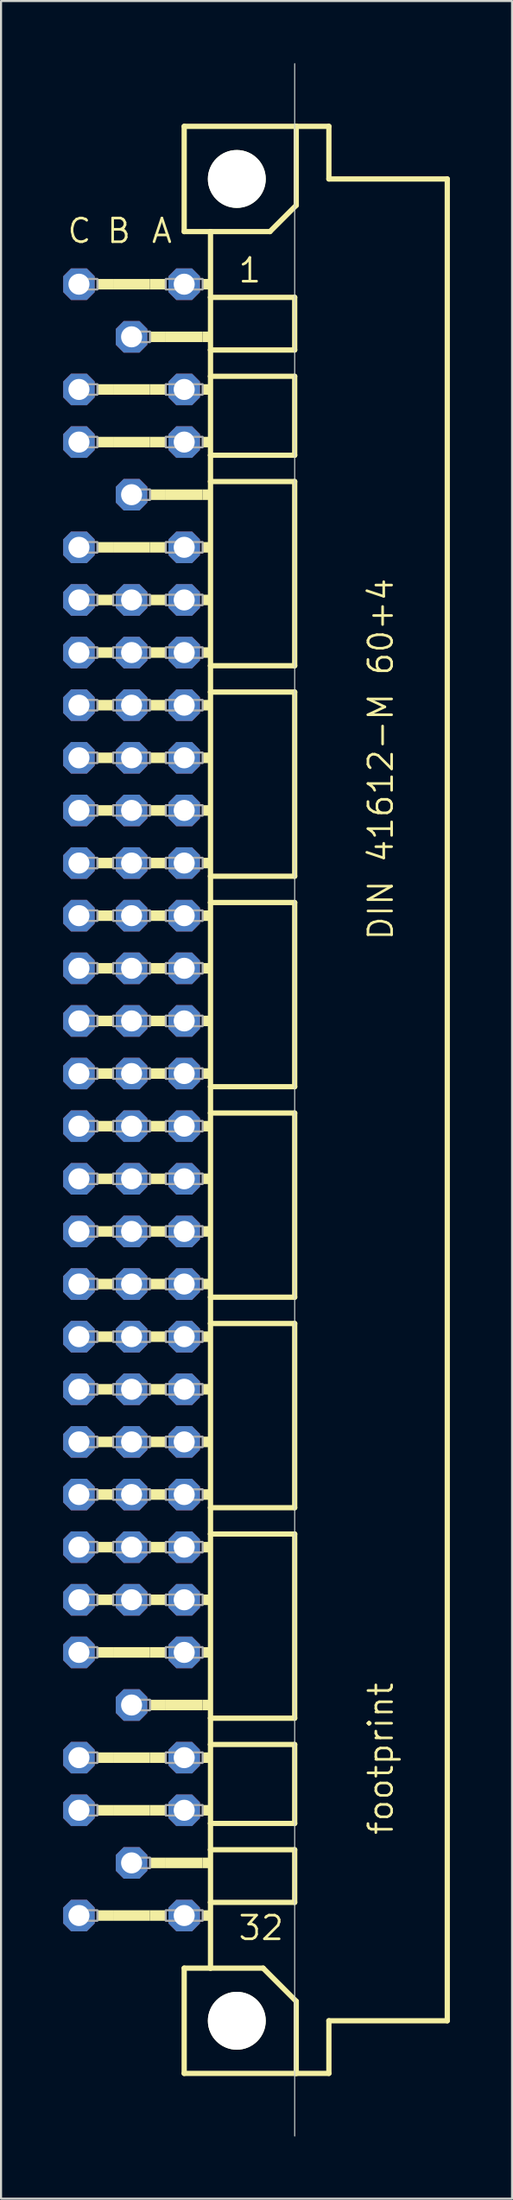
<source format=kicad_pcb>
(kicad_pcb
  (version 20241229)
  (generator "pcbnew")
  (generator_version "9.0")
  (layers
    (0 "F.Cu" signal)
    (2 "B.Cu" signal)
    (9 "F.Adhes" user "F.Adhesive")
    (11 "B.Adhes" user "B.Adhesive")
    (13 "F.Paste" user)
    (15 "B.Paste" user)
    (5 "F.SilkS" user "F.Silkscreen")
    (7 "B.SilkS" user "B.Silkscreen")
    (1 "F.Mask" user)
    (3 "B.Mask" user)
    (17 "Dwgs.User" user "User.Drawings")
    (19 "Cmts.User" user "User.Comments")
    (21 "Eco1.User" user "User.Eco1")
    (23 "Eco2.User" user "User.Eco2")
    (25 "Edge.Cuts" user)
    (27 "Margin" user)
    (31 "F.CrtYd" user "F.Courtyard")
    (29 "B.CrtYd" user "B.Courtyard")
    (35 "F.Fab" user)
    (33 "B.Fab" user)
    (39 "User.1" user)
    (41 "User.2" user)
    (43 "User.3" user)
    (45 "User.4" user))
  (footprint "footprint"
    (layer "F.Cu")
    (at 8.382 50.038)
    (property "Reference" "footprint" (at 7.62 35.56 90) (layer "F.SilkS") (effects (font (size 1.143 1.143) (thickness 0.127)) (justify left bottom)))
    (fp_line (start -2.54 -46.99) (end -2.54 -41.91) (stroke (width 0.254) (type solid)) (layer "F.SilkS"))
    (fp_line (start -2.54 -41.91) (end -1.27 -41.91) (stroke (width 0.254) (type solid)) (layer "F.SilkS"))
    (fp_line (start -2.54 41.91) (end -2.54 46.99) (stroke (width 0.254) (type solid)) (layer "F.SilkS"))
    (fp_line (start -2.54 41.91) (end -1.27 41.91) (stroke (width 0.254) (type solid)) (layer "F.SilkS"))
    (fp_line (start -2.54 46.99) (end 2.87 46.99) (stroke (width 0.254) (type solid)) (layer "F.SilkS"))
    (fp_line (start -1.27 -41.91) (end -1.27 -38.735) (stroke (width 0.254) (type solid)) (layer "F.SilkS"))
    (fp_line (start -1.27 -41.91) (end 1.6 -41.91) (stroke (width 0.254) (type solid)) (layer "F.SilkS"))
    (fp_line (start -1.27 -38.735) (end -1.27 -36.195) (stroke (width 0.254) (type solid)) (layer "F.SilkS"))
    (fp_line (start -1.27 -36.195) (end -1.27 -34.925) (stroke (width 0.254) (type solid)) (layer "F.SilkS"))
    (fp_line (start -1.27 -34.925) (end -1.27 -31.115) (stroke (width 0.254) (type solid)) (layer "F.SilkS"))
    (fp_line (start -1.27 -31.115) (end -1.27 -29.845) (stroke (width 0.254) (type solid)) (layer "F.SilkS"))
    (fp_line (start -1.27 -29.845) (end -1.27 -20.955) (stroke (width 0.254) (type solid)) (layer "F.SilkS"))
    (fp_line (start -1.27 -20.955) (end -1.27 -19.685) (stroke (width 0.254) (type solid)) (layer "F.SilkS"))
    (fp_line (start -1.27 -19.685) (end -1.27 -10.795) (stroke (width 0.254) (type solid)) (layer "F.SilkS"))
    (fp_line (start -1.27 -10.795) (end -1.27 -9.525) (stroke (width 0.254) (type solid)) (layer "F.SilkS"))
    (fp_line (start -1.27 -9.525) (end -1.27 -0.635) (stroke (width 0.254) (type solid)) (layer "F.SilkS"))
    (fp_line (start -1.27 -0.635) (end -1.27 0.635) (stroke (width 0.254) (type solid)) (layer "F.SilkS"))
    (fp_line (start -1.27 0.635) (end -1.27 9.525) (stroke (width 0.254) (type solid)) (layer "F.SilkS"))
    (fp_line (start -1.27 9.525) (end -1.27 10.795) (stroke (width 0.254) (type solid)) (layer "F.SilkS"))
    (fp_line (start -1.27 10.795) (end -1.27 19.685) (stroke (width 0.254) (type solid)) (layer "F.SilkS"))
    (fp_line (start -1.27 19.685) (end -1.27 20.955) (stroke (width 0.254) (type solid)) (layer "F.SilkS"))
    (fp_line (start -1.27 20.955) (end -1.27 29.845) (stroke (width 0.254) (type solid)) (layer "F.SilkS"))
    (fp_line (start -1.27 29.845) (end -1.27 31.115) (stroke (width 0.254) (type solid)) (layer "F.SilkS"))
    (fp_line (start -1.27 31.115) (end -1.27 34.925) (stroke (width 0.254) (type solid)) (layer "F.SilkS"))
    (fp_line (start -1.27 34.925) (end -1.27 36.195) (stroke (width 0.254) (type solid)) (layer "F.SilkS"))
    (fp_line (start -1.27 36.195) (end -1.27 38.735) (stroke (width 0.254) (type solid)) (layer "F.SilkS"))
    (fp_line (start -1.27 38.735) (end -1.27 41.91) (stroke (width 0.254) (type solid)) (layer "F.SilkS"))
    (fp_line (start -1.27 41.91) (end 1.27 41.91) (stroke (width 0.254) (type solid)) (layer "F.SilkS"))
    (fp_line (start 1.6 -41.91) (end 2.87 -43.18) (stroke (width 0.254) (type solid)) (layer "F.SilkS"))
    (fp_line (start 2.794 -38.735) (end -1.27 -38.735) (stroke (width 0.254) (type solid)) (layer "F.SilkS"))
    (fp_line (start 2.794 -38.735) (end 2.794 -36.195) (stroke (width 0.254) (type solid)) (layer "F.SilkS"))
    (fp_line (start 2.794 -36.195) (end -1.27 -36.195) (stroke (width 0.254) (type solid)) (layer "F.SilkS"))
    (fp_line (start 2.794 -34.925) (end -1.27 -34.925) (stroke (width 0.254) (type solid)) (layer "F.SilkS"))
    (fp_line (start 2.794 -34.925) (end 2.794 -31.115) (stroke (width 0.254) (type solid)) (layer "F.SilkS"))
    (fp_line (start 2.794 -31.115) (end -1.27 -31.115) (stroke (width 0.254) (type solid)) (layer "F.SilkS"))
    (fp_line (start 2.794 -29.845) (end -1.27 -29.845) (stroke (width 0.254) (type solid)) (layer "F.SilkS"))
    (fp_line (start 2.794 -29.845) (end 2.794 -20.955) (stroke (width 0.254) (type solid)) (layer "F.SilkS"))
    (fp_line (start 2.794 -20.955) (end -1.27 -20.955) (stroke (width 0.254) (type solid)) (layer "F.SilkS"))
    (fp_line (start 2.794 -19.685) (end -1.27 -19.685) (stroke (width 0.254) (type solid)) (layer "F.SilkS"))
    (fp_line (start 2.794 -19.685) (end 2.794 -10.795) (stroke (width 0.254) (type solid)) (layer "F.SilkS"))
    (fp_line (start 2.794 -10.795) (end -1.27 -10.795) (stroke (width 0.254) (type solid)) (layer "F.SilkS"))
    (fp_line (start 2.794 -9.525) (end -1.27 -9.525) (stroke (width 0.254) (type solid)) (layer "F.SilkS"))
    (fp_line (start 2.794 -9.525) (end 2.794 -0.635) (stroke (width 0.254) (type solid)) (layer "F.SilkS"))
    (fp_line (start 2.794 -0.635) (end -1.27 -0.635) (stroke (width 0.254) (type solid)) (layer "F.SilkS"))
    (fp_line (start 2.794 0.635) (end -1.27 0.635) (stroke (width 0.254) (type solid)) (layer "F.SilkS"))
    (fp_line (start 2.794 0.635) (end 2.794 9.525) (stroke (width 0.254) (type solid)) (layer "F.SilkS"))
    (fp_line (start 2.794 9.525) (end -1.27 9.525) (stroke (width 0.254) (type solid)) (layer "F.SilkS"))
    (fp_line (start 2.794 10.795) (end -1.27 10.795) (stroke (width 0.254) (type solid)) (layer "F.SilkS"))
    (fp_line (start 2.794 10.795) (end 2.794 19.685) (stroke (width 0.254) (type solid)) (layer "F.SilkS"))
    (fp_line (start 2.794 19.685) (end -1.27 19.685) (stroke (width 0.254) (type solid)) (layer "F.SilkS"))
    (fp_line (start 2.794 20.955) (end -1.27 20.955) (stroke (width 0.254) (type solid)) (layer "F.SilkS"))
    (fp_line (start 2.794 20.955) (end 2.794 29.845) (stroke (width 0.254) (type solid)) (layer "F.SilkS"))
    (fp_line (start 2.794 29.845) (end -1.27 29.845) (stroke (width 0.254) (type solid)) (layer "F.SilkS"))
    (fp_line (start 2.794 31.115) (end -1.27 31.115) (stroke (width 0.254) (type solid)) (layer "F.SilkS"))
    (fp_line (start 2.794 31.115) (end 2.794 34.925) (stroke (width 0.254) (type solid)) (layer "F.SilkS"))
    (fp_line (start 2.794 34.925) (end -1.27 34.925) (stroke (width 0.254) (type solid)) (layer "F.SilkS"))
    (fp_line (start 2.794 36.195) (end -1.27 36.195) (stroke (width 0.254) (type solid)) (layer "F.SilkS"))
    (fp_line (start 2.794 36.195) (end 2.794 38.735) (stroke (width 0.254) (type solid)) (layer "F.SilkS"))
    (fp_line (start 2.794 38.735) (end -1.27 38.735) (stroke (width 0.254) (type solid)) (layer "F.SilkS"))
    (fp_line (start 2.87 -46.99) (end -2.54 -46.99) (stroke (width 0.254) (type solid)) (layer "F.SilkS"))
    (fp_line (start 2.87 -43.18) (end 2.87 -46.99) (stroke (width 0.254) (type solid)) (layer "F.SilkS"))
    (fp_line (start 2.87 43.51) (end 1.27 41.91) (stroke (width 0.254) (type solid)) (layer "F.SilkS"))
    (fp_line (start 2.87 43.51) (end 2.87 46.99) (stroke (width 0.254) (type solid)) (layer "F.SilkS"))
    (fp_line (start 2.87 46.99) (end 4.445 46.99) (stroke (width 0.254) (type solid)) (layer "F.SilkS"))
    (fp_line (start 4.445 -46.99) (end 2.87 -46.99) (stroke (width 0.254) (type solid)) (layer "F.SilkS"))
    (fp_line (start 4.445 -44.45) (end 4.445 -46.99) (stroke (width 0.254) (type solid)) (layer "F.SilkS"))
    (fp_line (start 4.445 44.45) (end 10.16 44.45) (stroke (width 0.254) (type solid)) (layer "F.SilkS"))
    (fp_line (start 4.445 46.99) (end 4.445 44.45) (stroke (width 0.254) (type solid)) (layer "F.SilkS"))
    (fp_line (start 10.16 -44.45) (end 4.445 -44.45) (stroke (width 0.254) (type solid)) (layer "F.SilkS"))
    (fp_line (start 10.16 44.45) (end 10.16 -44.45) (stroke (width 0.254) (type solid)) (layer "F.SilkS"))
    (fp_circle (center 0 -44.45) (end 1.27 -44.45) (stroke (width 0.254) (type solid)) (fill no) (layer "F.SilkS"))
    (fp_circle (center 0 44.45) (end 1.27 44.45) (stroke (width 0.254) (type solid)) (fill no) (layer "F.SilkS"))
    (fp_poly (pts (xy -6.731 -39.116) (xy -5.969 -39.116) (xy -5.969 -39.624) (xy -6.731 -39.624)) (stroke (width 0) (type solid)) (fill yes) (layer "F.SilkS"))
    (fp_poly (pts (xy -6.731 -34.036) (xy -5.969 -34.036) (xy -5.969 -34.544) (xy -6.731 -34.544)) (stroke (width 0) (type solid)) (fill yes) (layer "F.SilkS"))
    (fp_poly (pts (xy -6.731 -31.496) (xy -5.969 -31.496) (xy -5.969 -32.004) (xy -6.731 -32.004)) (stroke (width 0) (type solid)) (fill yes) (layer "F.SilkS"))
    (fp_poly (pts (xy -6.731 -26.416) (xy -5.969 -26.416) (xy -5.969 -26.924) (xy -6.731 -26.924)) (stroke (width 0) (type solid)) (fill yes) (layer "F.SilkS"))
    (fp_poly (pts (xy -6.731 -23.876) (xy -5.969 -23.876) (xy -5.969 -24.384) (xy -6.731 -24.384)) (stroke (width 0) (type solid)) (fill yes) (layer "F.SilkS"))
    (fp_poly (pts (xy -6.731 -21.336) (xy -5.969 -21.336) (xy -5.969 -21.844) (xy -6.731 -21.844)) (stroke (width 0) (type solid)) (fill yes) (layer "F.SilkS"))
    (fp_poly (pts (xy -6.731 -18.796) (xy -5.969 -18.796) (xy -5.969 -19.304) (xy -6.731 -19.304)) (stroke (width 0) (type solid)) (fill yes) (layer "F.SilkS"))
    (fp_poly (pts (xy -6.731 -16.256) (xy -5.969 -16.256) (xy -5.969 -16.764) (xy -6.731 -16.764)) (stroke (width 0) (type solid)) (fill yes) (layer "F.SilkS"))
    (fp_poly (pts (xy -6.731 -13.716) (xy -5.969 -13.716) (xy -5.969 -14.224) (xy -6.731 -14.224)) (stroke (width 0) (type solid)) (fill yes) (layer "F.SilkS"))
    (fp_poly (pts (xy -6.731 -11.176) (xy -5.969 -11.176) (xy -5.969 -11.684) (xy -6.731 -11.684)) (stroke (width 0) (type solid)) (fill yes) (layer "F.SilkS"))
    (fp_poly (pts (xy -6.731 -8.636) (xy -5.969 -8.636) (xy -5.969 -9.144) (xy -6.731 -9.144)) (stroke (width 0) (type solid)) (fill yes) (layer "F.SilkS"))
    (fp_poly (pts (xy -6.731 -6.096) (xy -5.969 -6.096) (xy -5.969 -6.604) (xy -6.731 -6.604)) (stroke (width 0) (type solid)) (fill yes) (layer "F.SilkS"))
    (fp_poly (pts (xy -6.731 -3.556) (xy -5.969 -3.556) (xy -5.969 -4.064) (xy -6.731 -4.064)) (stroke (width 0) (type solid)) (fill yes) (layer "F.SilkS"))
    (fp_poly (pts (xy -6.731 -1.016) (xy -5.969 -1.016) (xy -5.969 -1.524) (xy -6.731 -1.524)) (stroke (width 0) (type solid)) (fill yes) (layer "F.SilkS"))
    (fp_poly (pts (xy -6.731 1.524) (xy -5.969 1.524) (xy -5.969 1.016) (xy -6.731 1.016)) (stroke (width 0) (type solid)) (fill yes) (layer "F.SilkS"))
    (fp_poly (pts (xy -6.731 4.064) (xy -5.969 4.064) (xy -5.969 3.556) (xy -6.731 3.556)) (stroke (width 0) (type solid)) (fill yes) (layer "F.SilkS"))
    (fp_poly (pts (xy -6.731 6.604) (xy -5.969 6.604) (xy -5.969 6.096) (xy -6.731 6.096)) (stroke (width 0) (type solid)) (fill yes) (layer "F.SilkS"))
    (fp_poly (pts (xy -6.731 9.144) (xy -5.969 9.144) (xy -5.969 8.636) (xy -6.731 8.636)) (stroke (width 0) (type solid)) (fill yes) (layer "F.SilkS"))
    (fp_poly (pts (xy -6.731 11.684) (xy -5.969 11.684) (xy -5.969 11.176) (xy -6.731 11.176)) (stroke (width 0) (type solid)) (fill yes) (layer "F.SilkS"))
    (fp_poly (pts (xy -6.731 14.224) (xy -5.969 14.224) (xy -5.969 13.716) (xy -6.731 13.716)) (stroke (width 0) (type solid)) (fill yes) (layer "F.SilkS"))
    (fp_poly (pts (xy -6.731 16.764) (xy -5.969 16.764) (xy -5.969 16.256) (xy -6.731 16.256)) (stroke (width 0) (type solid)) (fill yes) (layer "F.SilkS"))
    (fp_poly (pts (xy -6.731 19.304) (xy -5.969 19.304) (xy -5.969 18.796) (xy -6.731 18.796)) (stroke (width 0) (type solid)) (fill yes) (layer "F.SilkS"))
    (fp_poly (pts (xy -6.731 21.844) (xy -5.969 21.844) (xy -5.969 21.336) (xy -6.731 21.336)) (stroke (width 0) (type solid)) (fill yes) (layer "F.SilkS"))
    (fp_poly (pts (xy -6.731 24.384) (xy -5.969 24.384) (xy -5.969 23.876) (xy -6.731 23.876)) (stroke (width 0) (type solid)) (fill yes) (layer "F.SilkS"))
    (fp_poly (pts (xy -6.731 26.924) (xy -5.969 26.924) (xy -5.969 26.416) (xy -6.731 26.416)) (stroke (width 0) (type solid)) (fill yes) (layer "F.SilkS"))
    (fp_poly (pts (xy -6.731 32.004) (xy -5.969 32.004) (xy -5.969 31.496) (xy -6.731 31.496)) (stroke (width 0) (type solid)) (fill yes) (layer "F.SilkS"))
    (fp_poly (pts (xy -6.731 34.544) (xy -5.969 34.544) (xy -5.969 34.036) (xy -6.731 34.036)) (stroke (width 0) (type solid)) (fill yes) (layer "F.SilkS"))
    (fp_poly (pts (xy -6.731 39.624) (xy -5.969 39.624) (xy -5.969 39.116) (xy -6.731 39.116)) (stroke (width 0) (type solid)) (fill yes) (layer "F.SilkS"))
    (fp_poly (pts (xy -5.969 -39.116) (xy -4.191 -39.116) (xy -4.191 -39.624) (xy -5.969 -39.624)) (stroke (width 0) (type solid)) (fill yes) (layer "F.SilkS"))
    (fp_poly (pts (xy -5.969 -34.036) (xy -4.191 -34.036) (xy -4.191 -34.544) (xy -5.969 -34.544)) (stroke (width 0) (type solid)) (fill yes) (layer "F.SilkS"))
    (fp_poly (pts (xy -5.969 -31.496) (xy -4.191 -31.496) (xy -4.191 -32.004) (xy -5.969 -32.004)) (stroke (width 0) (type solid)) (fill yes) (layer "F.SilkS"))
    (fp_poly (pts (xy -5.969 -26.416) (xy -4.191 -26.416) (xy -4.191 -26.924) (xy -5.969 -26.924)) (stroke (width 0) (type solid)) (fill yes) (layer "F.SilkS"))
    (fp_poly (pts (xy -5.969 26.924) (xy -4.191 26.924) (xy -4.191 26.416) (xy -5.969 26.416)) (stroke (width 0) (type solid)) (fill yes) (layer "F.SilkS"))
    (fp_poly (pts (xy -5.969 32.004) (xy -4.191 32.004) (xy -4.191 31.496) (xy -5.969 31.496)) (stroke (width 0) (type solid)) (fill yes) (layer "F.SilkS"))
    (fp_poly (pts (xy -5.969 34.544) (xy -4.191 34.544) (xy -4.191 34.036) (xy -5.969 34.036)) (stroke (width 0) (type solid)) (fill yes) (layer "F.SilkS"))
    (fp_poly (pts (xy -5.969 39.624) (xy -4.191 39.624) (xy -4.191 39.116) (xy -5.969 39.116)) (stroke (width 0) (type solid)) (fill yes) (layer "F.SilkS"))
    (fp_poly (pts (xy -4.191 -39.116) (xy -3.429 -39.116) (xy -3.429 -39.624) (xy -4.191 -39.624)) (stroke (width 0) (type solid)) (fill yes) (layer "F.SilkS"))
    (fp_poly (pts (xy -4.191 -36.576) (xy -3.429 -36.576) (xy -3.429 -37.084) (xy -4.191 -37.084)) (stroke (width 0) (type solid)) (fill yes) (layer "F.SilkS"))
    (fp_poly (pts (xy -4.191 -34.036) (xy -3.429 -34.036) (xy -3.429 -34.544) (xy -4.191 -34.544)) (stroke (width 0) (type solid)) (fill yes) (layer "F.SilkS"))
    (fp_poly (pts (xy -4.191 -31.496) (xy -3.429 -31.496) (xy -3.429 -32.004) (xy -4.191 -32.004)) (stroke (width 0) (type solid)) (fill yes) (layer "F.SilkS"))
    (fp_poly (pts (xy -4.191 -28.956) (xy -3.429 -28.956) (xy -3.429 -29.464) (xy -4.191 -29.464)) (stroke (width 0) (type solid)) (fill yes) (layer "F.SilkS"))
    (fp_poly (pts (xy -4.191 -26.416) (xy -3.429 -26.416) (xy -3.429 -26.924) (xy -4.191 -26.924)) (stroke (width 0) (type solid)) (fill yes) (layer "F.SilkS"))
    (fp_poly (pts (xy -4.191 -23.876) (xy -3.429 -23.876) (xy -3.429 -24.384) (xy -4.191 -24.384)) (stroke (width 0) (type solid)) (fill yes) (layer "F.SilkS"))
    (fp_poly (pts (xy -4.191 -21.336) (xy -3.429 -21.336) (xy -3.429 -21.844) (xy -4.191 -21.844)) (stroke (width 0) (type solid)) (fill yes) (layer "F.SilkS"))
    (fp_poly (pts (xy -4.191 -18.796) (xy -3.429 -18.796) (xy -3.429 -19.304) (xy -4.191 -19.304)) (stroke (width 0) (type solid)) (fill yes) (layer "F.SilkS"))
    (fp_poly (pts (xy -4.191 -16.256) (xy -3.429 -16.256) (xy -3.429 -16.764) (xy -4.191 -16.764)) (stroke (width 0) (type solid)) (fill yes) (layer "F.SilkS"))
    (fp_poly (pts (xy -4.191 -13.716) (xy -3.429 -13.716) (xy -3.429 -14.224) (xy -4.191 -14.224)) (stroke (width 0) (type solid)) (fill yes) (layer "F.SilkS"))
    (fp_poly (pts (xy -4.191 -11.176) (xy -3.429 -11.176) (xy -3.429 -11.684) (xy -4.191 -11.684)) (stroke (width 0) (type solid)) (fill yes) (layer "F.SilkS"))
    (fp_poly (pts (xy -4.191 -8.636) (xy -3.429 -8.636) (xy -3.429 -9.144) (xy -4.191 -9.144)) (stroke (width 0) (type solid)) (fill yes) (layer "F.SilkS"))
    (fp_poly (pts (xy -4.191 -6.096) (xy -3.429 -6.096) (xy -3.429 -6.604) (xy -4.191 -6.604)) (stroke (width 0) (type solid)) (fill yes) (layer "F.SilkS"))
    (fp_poly (pts (xy -4.191 -3.556) (xy -3.429 -3.556) (xy -3.429 -4.064) (xy -4.191 -4.064)) (stroke (width 0) (type solid)) (fill yes) (layer "F.SilkS"))
    (fp_poly (pts (xy -4.191 -1.016) (xy -3.429 -1.016) (xy -3.429 -1.524) (xy -4.191 -1.524)) (stroke (width 0) (type solid)) (fill yes) (layer "F.SilkS"))
    (fp_poly (pts (xy -4.191 1.524) (xy -3.429 1.524) (xy -3.429 1.016) (xy -4.191 1.016)) (stroke (width 0) (type solid)) (fill yes) (layer "F.SilkS"))
    (fp_poly (pts (xy -4.191 4.064) (xy -3.429 4.064) (xy -3.429 3.556) (xy -4.191 3.556)) (stroke (width 0) (type solid)) (fill yes) (layer "F.SilkS"))
    (fp_poly (pts (xy -4.191 6.604) (xy -3.429 6.604) (xy -3.429 6.096) (xy -4.191 6.096)) (stroke (width 0) (type solid)) (fill yes) (layer "F.SilkS"))
    (fp_poly (pts (xy -4.191 9.144) (xy -3.429 9.144) (xy -3.429 8.636) (xy -4.191 8.636)) (stroke (width 0) (type solid)) (fill yes) (layer "F.SilkS"))
    (fp_poly (pts (xy -4.191 11.684) (xy -3.429 11.684) (xy -3.429 11.176) (xy -4.191 11.176)) (stroke (width 0) (type solid)) (fill yes) (layer "F.SilkS"))
    (fp_poly (pts (xy -4.191 14.224) (xy -3.429 14.224) (xy -3.429 13.716) (xy -4.191 13.716)) (stroke (width 0) (type solid)) (fill yes) (layer "F.SilkS"))
    (fp_poly (pts (xy -4.191 16.764) (xy -3.429 16.764) (xy -3.429 16.256) (xy -4.191 16.256)) (stroke (width 0) (type solid)) (fill yes) (layer "F.SilkS"))
    (fp_poly (pts (xy -4.191 19.304) (xy -3.429 19.304) (xy -3.429 18.796) (xy -4.191 18.796)) (stroke (width 0) (type solid)) (fill yes) (layer "F.SilkS"))
    (fp_poly (pts (xy -4.191 21.844) (xy -3.429 21.844) (xy -3.429 21.336) (xy -4.191 21.336)) (stroke (width 0) (type solid)) (fill yes) (layer "F.SilkS"))
    (fp_poly (pts (xy -4.191 24.384) (xy -3.429 24.384) (xy -3.429 23.876) (xy -4.191 23.876)) (stroke (width 0) (type solid)) (fill yes) (layer "F.SilkS"))
    (fp_poly (pts (xy -4.191 26.924) (xy -3.429 26.924) (xy -3.429 26.416) (xy -4.191 26.416)) (stroke (width 0) (type solid)) (fill yes) (layer "F.SilkS"))
    (fp_poly (pts (xy -4.191 29.464) (xy -3.429 29.464) (xy -3.429 28.956) (xy -4.191 28.956)) (stroke (width 0) (type solid)) (fill yes) (layer "F.SilkS"))
    (fp_poly (pts (xy -4.191 32.004) (xy -3.429 32.004) (xy -3.429 31.496) (xy -4.191 31.496)) (stroke (width 0) (type solid)) (fill yes) (layer "F.SilkS"))
    (fp_poly (pts (xy -4.191 34.544) (xy -3.429 34.544) (xy -3.429 34.036) (xy -4.191 34.036)) (stroke (width 0) (type solid)) (fill yes) (layer "F.SilkS"))
    (fp_poly (pts (xy -4.191 37.084) (xy -3.429 37.084) (xy -3.429 36.576) (xy -4.191 36.576)) (stroke (width 0) (type solid)) (fill yes) (layer "F.SilkS"))
    (fp_poly (pts (xy -4.191 39.624) (xy -3.429 39.624) (xy -3.429 39.116) (xy -4.191 39.116)) (stroke (width 0) (type solid)) (fill yes) (layer "F.SilkS"))
    (fp_poly (pts (xy -3.429 -36.576) (xy -1.651 -36.576) (xy -1.651 -37.084) (xy -3.429 -37.084)) (stroke (width 0) (type solid)) (fill yes) (layer "F.SilkS"))
    (fp_poly (pts (xy -3.429 -28.956) (xy -1.651 -28.956) (xy -1.651 -29.464) (xy -3.429 -29.464)) (stroke (width 0) (type solid)) (fill yes) (layer "F.SilkS"))
    (fp_poly (pts (xy -3.429 29.464) (xy -1.651 29.464) (xy -1.651 28.956) (xy -3.429 28.956)) (stroke (width 0) (type solid)) (fill yes) (layer "F.SilkS"))
    (fp_poly (pts (xy -3.429 37.084) (xy -1.651 37.084) (xy -1.651 36.576) (xy -3.429 36.576)) (stroke (width 0) (type solid)) (fill yes) (layer "F.SilkS"))
    (fp_poly (pts (xy -1.651 -39.116) (xy -1.27 -39.116) (xy -1.27 -39.624) (xy -1.651 -39.624)) (stroke (width 0) (type solid)) (fill yes) (layer "F.SilkS"))
    (fp_poly (pts (xy -1.651 -36.576) (xy -1.27 -36.576) (xy -1.27 -37.084) (xy -1.651 -37.084)) (stroke (width 0) (type solid)) (fill yes) (layer "F.SilkS"))
    (fp_poly (pts (xy -1.651 -34.036) (xy -1.27 -34.036) (xy -1.27 -34.544) (xy -1.651 -34.544)) (stroke (width 0) (type solid)) (fill yes) (layer "F.SilkS"))
    (fp_poly (pts (xy -1.651 -31.496) (xy -1.27 -31.496) (xy -1.27 -32.004) (xy -1.651 -32.004)) (stroke (width 0) (type solid)) (fill yes) (layer "F.SilkS"))
    (fp_poly (pts (xy -1.651 -28.956) (xy -1.27 -28.956) (xy -1.27 -29.464) (xy -1.651 -29.464)) (stroke (width 0) (type solid)) (fill yes) (layer "F.SilkS"))
    (fp_poly (pts (xy -1.651 -26.416) (xy -1.27 -26.416) (xy -1.27 -26.924) (xy -1.651 -26.924)) (stroke (width 0) (type solid)) (fill yes) (layer "F.SilkS"))
    (fp_poly (pts (xy -1.651 -23.876) (xy -1.27 -23.876) (xy -1.27 -24.384) (xy -1.651 -24.384)) (stroke (width 0) (type solid)) (fill yes) (layer "F.SilkS"))
    (fp_poly (pts (xy -1.651 -21.336) (xy -1.27 -21.336) (xy -1.27 -21.844) (xy -1.651 -21.844)) (stroke (width 0) (type solid)) (fill yes) (layer "F.SilkS"))
    (fp_poly (pts (xy -1.651 -18.796) (xy -1.27 -18.796) (xy -1.27 -19.304) (xy -1.651 -19.304)) (stroke (width 0) (type solid)) (fill yes) (layer "F.SilkS"))
    (fp_poly (pts (xy -1.651 -16.256) (xy -1.27 -16.256) (xy -1.27 -16.764) (xy -1.651 -16.764)) (stroke (width 0) (type solid)) (fill yes) (layer "F.SilkS"))
    (fp_poly (pts (xy -1.651 -13.716) (xy -1.27 -13.716) (xy -1.27 -14.224) (xy -1.651 -14.224)) (stroke (width 0) (type solid)) (fill yes) (layer "F.SilkS"))
    (fp_poly (pts (xy -1.651 -11.176) (xy -1.27 -11.176) (xy -1.27 -11.684) (xy -1.651 -11.684)) (stroke (width 0) (type solid)) (fill yes) (layer "F.SilkS"))
    (fp_poly (pts (xy -1.651 -8.636) (xy -1.27 -8.636) (xy -1.27 -9.144) (xy -1.651 -9.144)) (stroke (width 0) (type solid)) (fill yes) (layer "F.SilkS"))
    (fp_poly (pts (xy -1.651 -6.096) (xy -1.27 -6.096) (xy -1.27 -6.604) (xy -1.651 -6.604)) (stroke (width 0) (type solid)) (fill yes) (layer "F.SilkS"))
    (fp_poly (pts (xy -1.651 -3.556) (xy -1.27 -3.556) (xy -1.27 -4.064) (xy -1.651 -4.064)) (stroke (width 0) (type solid)) (fill yes) (layer "F.SilkS"))
    (fp_poly (pts (xy -1.651 -1.016) (xy -1.27 -1.016) (xy -1.27 -1.524) (xy -1.651 -1.524)) (stroke (width 0) (type solid)) (fill yes) (layer "F.SilkS"))
    (fp_poly (pts (xy -1.651 1.524) (xy -1.27 1.524) (xy -1.27 1.016) (xy -1.651 1.016)) (stroke (width 0) (type solid)) (fill yes) (layer "F.SilkS"))
    (fp_poly (pts (xy -1.651 4.064) (xy -1.27 4.064) (xy -1.27 3.556) (xy -1.651 3.556)) (stroke (width 0) (type solid)) (fill yes) (layer "F.SilkS"))
    (fp_poly (pts (xy -1.651 6.604) (xy -1.27 6.604) (xy -1.27 6.096) (xy -1.651 6.096)) (stroke (width 0) (type solid)) (fill yes) (layer "F.SilkS"))
    (fp_poly (pts (xy -1.651 9.144) (xy -1.27 9.144) (xy -1.27 8.636) (xy -1.651 8.636)) (stroke (width 0) (type solid)) (fill yes) (layer "F.SilkS"))
    (fp_poly (pts (xy -1.651 11.684) (xy -1.27 11.684) (xy -1.27 11.176) (xy -1.651 11.176)) (stroke (width 0) (type solid)) (fill yes) (layer "F.SilkS"))
    (fp_poly (pts (xy -1.651 14.224) (xy -1.27 14.224) (xy -1.27 13.716) (xy -1.651 13.716)) (stroke (width 0) (type solid)) (fill yes) (layer "F.SilkS"))
    (fp_poly (pts (xy -1.651 16.764) (xy -1.27 16.764) (xy -1.27 16.256) (xy -1.651 16.256)) (stroke (width 0) (type solid)) (fill yes) (layer "F.SilkS"))
    (fp_poly (pts (xy -1.651 19.304) (xy -1.27 19.304) (xy -1.27 18.796) (xy -1.651 18.796)) (stroke (width 0) (type solid)) (fill yes) (layer "F.SilkS"))
    (fp_poly (pts (xy -1.651 21.844) (xy -1.27 21.844) (xy -1.27 21.336) (xy -1.651 21.336)) (stroke (width 0) (type solid)) (fill yes) (layer "F.SilkS"))
    (fp_poly (pts (xy -1.651 24.384) (xy -1.27 24.384) (xy -1.27 23.876) (xy -1.651 23.876)) (stroke (width 0) (type solid)) (fill yes) (layer "F.SilkS"))
    (fp_poly (pts (xy -1.651 26.924) (xy -1.27 26.924) (xy -1.27 26.416) (xy -1.651 26.416)) (stroke (width 0) (type solid)) (fill yes) (layer "F.SilkS"))
    (fp_poly (pts (xy -1.651 29.464) (xy -1.27 29.464) (xy -1.27 28.956) (xy -1.651 28.956)) (stroke (width 0) (type solid)) (fill yes) (layer "F.SilkS"))
    (fp_poly (pts (xy -1.651 32.004) (xy -1.27 32.004) (xy -1.27 31.496) (xy -1.651 31.496)) (stroke (width 0) (type solid)) (fill yes) (layer "F.SilkS"))
    (fp_poly (pts (xy -1.651 34.544) (xy -1.27 34.544) (xy -1.27 34.036) (xy -1.651 34.036)) (stroke (width 0) (type solid)) (fill yes) (layer "F.SilkS"))
    (fp_poly (pts (xy -1.651 37.084) (xy -1.27 37.084) (xy -1.27 36.576) (xy -1.651 36.576)) (stroke (width 0) (type solid)) (fill yes) (layer "F.SilkS"))
    (fp_poly (pts (xy -1.651 39.624) (xy -1.27 39.624) (xy -1.27 39.116) (xy -1.651 39.116)) (stroke (width 0) (type solid)) (fill yes) (layer "F.SilkS"))
    (fp_line (start 2.794 50.013) (end 2.794 -50.013) (stroke (width 0.05) (type solid)) (layer "Edge.Cuts"))
    (fp_poly (pts (xy -7.874 -39.116) (xy -6.731 -39.116) (xy -6.731 -39.624) (xy -7.874 -39.624)) (stroke (width 0.1) (type solid)) (fill no) (layer "F.Fab"))
    (fp_poly (pts (xy -7.874 -34.036) (xy -6.731 -34.036) (xy -6.731 -34.544) (xy -7.874 -34.544)) (stroke (width 0.1) (type solid)) (fill no) (layer "F.Fab"))
    (fp_poly (pts (xy -7.874 -31.496) (xy -6.731 -31.496) (xy -6.731 -32.004) (xy -7.874 -32.004)) (stroke (width 0.1) (type solid)) (fill no) (layer "F.Fab"))
    (fp_poly (pts (xy -7.874 -26.416) (xy -6.731 -26.416) (xy -6.731 -26.924) (xy -7.874 -26.924)) (stroke (width 0.1) (type solid)) (fill no) (layer "F.Fab"))
    (fp_poly (pts (xy -7.874 -23.876) (xy -6.731 -23.876) (xy -6.731 -24.384) (xy -7.874 -24.384)) (stroke (width 0.1) (type solid)) (fill no) (layer "F.Fab"))
    (fp_poly (pts (xy -7.874 -21.336) (xy -6.731 -21.336) (xy -6.731 -21.844) (xy -7.874 -21.844)) (stroke (width 0.1) (type solid)) (fill no) (layer "F.Fab"))
    (fp_poly (pts (xy -7.874 -18.796) (xy -6.731 -18.796) (xy -6.731 -19.304) (xy -7.874 -19.304)) (stroke (width 0.1) (type solid)) (fill no) (layer "F.Fab"))
    (fp_poly (pts (xy -7.874 -16.256) (xy -6.731 -16.256) (xy -6.731 -16.764) (xy -7.874 -16.764)) (stroke (width 0.1) (type solid)) (fill no) (layer "F.Fab"))
    (fp_poly (pts (xy -7.874 -13.716) (xy -6.731 -13.716) (xy -6.731 -14.224) (xy -7.874 -14.224)) (stroke (width 0.1) (type solid)) (fill no) (layer "F.Fab"))
    (fp_poly (pts (xy -7.874 -11.176) (xy -6.731 -11.176) (xy -6.731 -11.684) (xy -7.874 -11.684)) (stroke (width 0.1) (type solid)) (fill no) (layer "F.Fab"))
    (fp_poly (pts (xy -7.874 -8.636) (xy -6.731 -8.636) (xy -6.731 -9.144) (xy -7.874 -9.144)) (stroke (width 0.1) (type solid)) (fill no) (layer "F.Fab"))
    (fp_poly (pts (xy -7.874 -6.096) (xy -6.731 -6.096) (xy -6.731 -6.604) (xy -7.874 -6.604)) (stroke (width 0.1) (type solid)) (fill no) (layer "F.Fab"))
    (fp_poly (pts (xy -7.874 -3.556) (xy -6.731 -3.556) (xy -6.731 -4.064) (xy -7.874 -4.064)) (stroke (width 0.1) (type solid)) (fill no) (layer "F.Fab"))
    (fp_poly (pts (xy -7.874 -1.016) (xy -6.731 -1.016) (xy -6.731 -1.524) (xy -7.874 -1.524)) (stroke (width 0.1) (type solid)) (fill no) (layer "F.Fab"))
    (fp_poly (pts (xy -7.874 1.524) (xy -6.731 1.524) (xy -6.731 1.016) (xy -7.874 1.016)) (stroke (width 0.1) (type solid)) (fill no) (layer "F.Fab"))
    (fp_poly (pts (xy -7.874 4.064) (xy -6.731 4.064) (xy -6.731 3.556) (xy -7.874 3.556)) (stroke (width 0.1) (type solid)) (fill no) (layer "F.Fab"))
    (fp_poly (pts (xy -7.874 6.604) (xy -6.731 6.604) (xy -6.731 6.096) (xy -7.874 6.096)) (stroke (width 0.1) (type solid)) (fill no) (layer "F.Fab"))
    (fp_poly (pts (xy -7.874 9.144) (xy -6.731 9.144) (xy -6.731 8.636) (xy -7.874 8.636)) (stroke (width 0.1) (type solid)) (fill no) (layer "F.Fab"))
    (fp_poly (pts (xy -7.874 11.684) (xy -6.731 11.684) (xy -6.731 11.176) (xy -7.874 11.176)) (stroke (width 0.1) (type solid)) (fill no) (layer "F.Fab"))
    (fp_poly (pts (xy -7.874 14.224) (xy -6.731 14.224) (xy -6.731 13.716) (xy -7.874 13.716)) (stroke (width 0.1) (type solid)) (fill no) (layer "F.Fab"))
    (fp_poly (pts (xy -7.874 16.764) (xy -6.731 16.764) (xy -6.731 16.256) (xy -7.874 16.256)) (stroke (width 0.1) (type solid)) (fill no) (layer "F.Fab"))
    (fp_poly (pts (xy -7.874 19.304) (xy -6.731 19.304) (xy -6.731 18.796) (xy -7.874 18.796)) (stroke (width 0.1) (type solid)) (fill no) (layer "F.Fab"))
    (fp_poly (pts (xy -7.874 21.844) (xy -6.731 21.844) (xy -6.731 21.336) (xy -7.874 21.336)) (stroke (width 0.1) (type solid)) (fill no) (layer "F.Fab"))
    (fp_poly (pts (xy -7.874 24.384) (xy -6.731 24.384) (xy -6.731 23.876) (xy -7.874 23.876)) (stroke (width 0.1) (type solid)) (fill no) (layer "F.Fab"))
    (fp_poly (pts (xy -7.874 26.924) (xy -6.731 26.924) (xy -6.731 26.416) (xy -7.874 26.416)) (stroke (width 0.1) (type solid)) (fill no) (layer "F.Fab"))
    (fp_poly (pts (xy -7.874 32.004) (xy -6.731 32.004) (xy -6.731 31.496) (xy -7.874 31.496)) (stroke (width 0.1) (type solid)) (fill no) (layer "F.Fab"))
    (fp_poly (pts (xy -7.874 34.544) (xy -6.731 34.544) (xy -6.731 34.036) (xy -7.874 34.036)) (stroke (width 0.1) (type solid)) (fill no) (layer "F.Fab"))
    (fp_poly (pts (xy -7.874 39.624) (xy -6.731 39.624) (xy -6.731 39.116) (xy -7.874 39.116)) (stroke (width 0.1) (type solid)) (fill no) (layer "F.Fab"))
    (fp_poly (pts (xy -5.969 -23.876) (xy -4.191 -23.876) (xy -4.191 -24.384) (xy -5.969 -24.384)) (stroke (width 0.1) (type solid)) (fill no) (layer "F.Fab"))
    (fp_poly (pts (xy -5.969 -21.336) (xy -4.191 -21.336) (xy -4.191 -21.844) (xy -5.969 -21.844)) (stroke (width 0.1) (type solid)) (fill no) (layer "F.Fab"))
    (fp_poly (pts (xy -5.969 -18.796) (xy -4.191 -18.796) (xy -4.191 -19.304) (xy -5.969 -19.304)) (stroke (width 0.1) (type solid)) (fill no) (layer "F.Fab"))
    (fp_poly (pts (xy -5.969 -16.256) (xy -4.191 -16.256) (xy -4.191 -16.764) (xy -5.969 -16.764)) (stroke (width 0.1) (type solid)) (fill no) (layer "F.Fab"))
    (fp_poly (pts (xy -5.969 -13.716) (xy -4.191 -13.716) (xy -4.191 -14.224) (xy -5.969 -14.224)) (stroke (width 0.1) (type solid)) (fill no) (layer "F.Fab"))
    (fp_poly (pts (xy -5.969 -11.176) (xy -4.191 -11.176) (xy -4.191 -11.684) (xy -5.969 -11.684)) (stroke (width 0.1) (type solid)) (fill no) (layer "F.Fab"))
    (fp_poly (pts (xy -5.969 -8.636) (xy -4.191 -8.636) (xy -4.191 -9.144) (xy -5.969 -9.144)) (stroke (width 0.1) (type solid)) (fill no) (layer "F.Fab"))
    (fp_poly (pts (xy -5.969 -6.096) (xy -4.191 -6.096) (xy -4.191 -6.604) (xy -5.969 -6.604)) (stroke (width 0.1) (type solid)) (fill no) (layer "F.Fab"))
    (fp_poly (pts (xy -5.969 -3.556) (xy -4.191 -3.556) (xy -4.191 -4.064) (xy -5.969 -4.064)) (stroke (width 0.1) (type solid)) (fill no) (layer "F.Fab"))
    (fp_poly (pts (xy -5.969 -1.016) (xy -4.191 -1.016) (xy -4.191 -1.524) (xy -5.969 -1.524)) (stroke (width 0.1) (type solid)) (fill no) (layer "F.Fab"))
    (fp_poly (pts (xy -5.969 1.524) (xy -4.191 1.524) (xy -4.191 1.016) (xy -5.969 1.016)) (stroke (width 0.1) (type solid)) (fill no) (layer "F.Fab"))
    (fp_poly (pts (xy -5.969 4.064) (xy -4.191 4.064) (xy -4.191 3.556) (xy -5.969 3.556)) (stroke (width 0.1) (type solid)) (fill no) (layer "F.Fab"))
    (fp_poly (pts (xy -5.969 6.604) (xy -4.191 6.604) (xy -4.191 6.096) (xy -5.969 6.096)) (stroke (width 0.1) (type solid)) (fill no) (layer "F.Fab"))
    (fp_poly (pts (xy -5.969 9.144) (xy -4.191 9.144) (xy -4.191 8.636) (xy -5.969 8.636)) (stroke (width 0.1) (type solid)) (fill no) (layer "F.Fab"))
    (fp_poly (pts (xy -5.969 11.684) (xy -4.191 11.684) (xy -4.191 11.176) (xy -5.969 11.176)) (stroke (width 0.1) (type solid)) (fill no) (layer "F.Fab"))
    (fp_poly (pts (xy -5.969 14.224) (xy -4.191 14.224) (xy -4.191 13.716) (xy -5.969 13.716)) (stroke (width 0.1) (type solid)) (fill no) (layer "F.Fab"))
    (fp_poly (pts (xy -5.969 16.764) (xy -4.191 16.764) (xy -4.191 16.256) (xy -5.969 16.256)) (stroke (width 0.1) (type solid)) (fill no) (layer "F.Fab"))
    (fp_poly (pts (xy -5.969 19.304) (xy -4.191 19.304) (xy -4.191 18.796) (xy -5.969 18.796)) (stroke (width 0.1) (type solid)) (fill no) (layer "F.Fab"))
    (fp_poly (pts (xy -5.969 21.844) (xy -4.191 21.844) (xy -4.191 21.336) (xy -5.969 21.336)) (stroke (width 0.1) (type solid)) (fill no) (layer "F.Fab"))
    (fp_poly (pts (xy -5.969 24.384) (xy -4.191 24.384) (xy -4.191 23.876) (xy -5.969 23.876)) (stroke (width 0.1) (type solid)) (fill no) (layer "F.Fab"))
    (fp_poly (pts (xy -5.334 -36.576) (xy -4.191 -36.576) (xy -4.191 -37.084) (xy -5.334 -37.084)) (stroke (width 0.1) (type solid)) (fill no) (layer "F.Fab"))
    (fp_poly (pts (xy -5.334 -28.956) (xy -4.191 -28.956) (xy -4.191 -29.464) (xy -5.334 -29.464)) (stroke (width 0.1) (type solid)) (fill no) (layer "F.Fab"))
    (fp_poly (pts (xy -5.334 29.464) (xy -4.191 29.464) (xy -4.191 28.956) (xy -5.334 28.956)) (stroke (width 0.1) (type solid)) (fill no) (layer "F.Fab"))
    (fp_poly (pts (xy -5.334 37.084) (xy -4.191 37.084) (xy -4.191 36.576) (xy -5.334 36.576)) (stroke (width 0.1) (type solid)) (fill no) (layer "F.Fab"))
    (fp_poly (pts (xy -3.429 -39.116) (xy -1.651 -39.116) (xy -1.651 -39.624) (xy -3.429 -39.624)) (stroke (width 0.1) (type solid)) (fill no) (layer "F.Fab"))
    (fp_poly (pts (xy -3.429 -34.036) (xy -1.651 -34.036) (xy -1.651 -34.544) (xy -3.429 -34.544)) (stroke (width 0.1) (type solid)) (fill no) (layer "F.Fab"))
    (fp_poly (pts (xy -3.429 -31.496) (xy -1.651 -31.496) (xy -1.651 -32.004) (xy -3.429 -32.004)) (stroke (width 0.1) (type solid)) (fill no) (layer "F.Fab"))
    (fp_poly (pts (xy -3.429 -26.416) (xy -1.651 -26.416) (xy -1.651 -26.924) (xy -3.429 -26.924)) (stroke (width 0.1) (type solid)) (fill no) (layer "F.Fab"))
    (fp_poly (pts (xy -3.429 -23.876) (xy -1.651 -23.876) (xy -1.651 -24.384) (xy -3.429 -24.384)) (stroke (width 0.1) (type solid)) (fill no) (layer "F.Fab"))
    (fp_poly (pts (xy -3.429 -21.336) (xy -1.651 -21.336) (xy -1.651 -21.844) (xy -3.429 -21.844)) (stroke (width 0.1) (type solid)) (fill no) (layer "F.Fab"))
    (fp_poly (pts (xy -3.429 -18.796) (xy -1.651 -18.796) (xy -1.651 -19.304) (xy -3.429 -19.304)) (stroke (width 0.1) (type solid)) (fill no) (layer "F.Fab"))
    (fp_poly (pts (xy -3.429 -16.256) (xy -1.651 -16.256) (xy -1.651 -16.764) (xy -3.429 -16.764)) (stroke (width 0.1) (type solid)) (fill no) (layer "F.Fab"))
    (fp_poly (pts (xy -3.429 -13.716) (xy -1.651 -13.716) (xy -1.651 -14.224) (xy -3.429 -14.224)) (stroke (width 0.1) (type solid)) (fill no) (layer "F.Fab"))
    (fp_poly (pts (xy -3.429 -11.176) (xy -1.651 -11.176) (xy -1.651 -11.684) (xy -3.429 -11.684)) (stroke (width 0.1) (type solid)) (fill no) (layer "F.Fab"))
    (fp_poly (pts (xy -3.429 -8.636) (xy -1.651 -8.636) (xy -1.651 -9.144) (xy -3.429 -9.144)) (stroke (width 0.1) (type solid)) (fill no) (layer "F.Fab"))
    (fp_poly (pts (xy -3.429 -6.096) (xy -1.651 -6.096) (xy -1.651 -6.604) (xy -3.429 -6.604)) (stroke (width 0.1) (type solid)) (fill no) (layer "F.Fab"))
    (fp_poly (pts (xy -3.429 -3.556) (xy -1.651 -3.556) (xy -1.651 -4.064) (xy -3.429 -4.064)) (stroke (width 0.1) (type solid)) (fill no) (layer "F.Fab"))
    (fp_poly (pts (xy -3.429 -1.016) (xy -1.651 -1.016) (xy -1.651 -1.524) (xy -3.429 -1.524)) (stroke (width 0.1) (type solid)) (fill no) (layer "F.Fab"))
    (fp_poly (pts (xy -3.429 1.524) (xy -1.651 1.524) (xy -1.651 1.016) (xy -3.429 1.016)) (stroke (width 0.1) (type solid)) (fill no) (layer "F.Fab"))
    (fp_poly (pts (xy -3.429 4.064) (xy -1.651 4.064) (xy -1.651 3.556) (xy -3.429 3.556)) (stroke (width 0.1) (type solid)) (fill no) (layer "F.Fab"))
    (fp_poly (pts (xy -3.429 6.604) (xy -1.651 6.604) (xy -1.651 6.096) (xy -3.429 6.096)) (stroke (width 0.1) (type solid)) (fill no) (layer "F.Fab"))
    (fp_poly (pts (xy -3.429 9.144) (xy -1.651 9.144) (xy -1.651 8.636) (xy -3.429 8.636)) (stroke (width 0.1) (type solid)) (fill no) (layer "F.Fab"))
    (fp_poly (pts (xy -3.429 11.684) (xy -1.651 11.684) (xy -1.651 11.176) (xy -3.429 11.176)) (stroke (width 0.1) (type solid)) (fill no) (layer "F.Fab"))
    (fp_poly (pts (xy -3.429 14.224) (xy -1.651 14.224) (xy -1.651 13.716) (xy -3.429 13.716)) (stroke (width 0.1) (type solid)) (fill no) (layer "F.Fab"))
    (fp_poly (pts (xy -3.429 16.764) (xy -1.651 16.764) (xy -1.651 16.256) (xy -3.429 16.256)) (stroke (width 0.1) (type solid)) (fill no) (layer "F.Fab"))
    (fp_poly (pts (xy -3.429 19.304) (xy -1.651 19.304) (xy -1.651 18.796) (xy -3.429 18.796)) (stroke (width 0.1) (type solid)) (fill no) (layer "F.Fab"))
    (fp_poly (pts (xy -3.429 21.844) (xy -1.651 21.844) (xy -1.651 21.336) (xy -3.429 21.336)) (stroke (width 0.1) (type solid)) (fill no) (layer "F.Fab"))
    (fp_poly (pts (xy -3.429 24.384) (xy -1.651 24.384) (xy -1.651 23.876) (xy -3.429 23.876)) (stroke (width 0.1) (type solid)) (fill no) (layer "F.Fab"))
    (fp_poly (pts (xy -3.429 26.924) (xy -1.651 26.924) (xy -1.651 26.416) (xy -3.429 26.416)) (stroke (width 0.1) (type solid)) (fill no) (layer "F.Fab"))
    (fp_poly (pts (xy -3.429 32.004) (xy -1.651 32.004) (xy -1.651 31.496) (xy -3.429 31.496)) (stroke (width 0.1) (type solid)) (fill no) (layer "F.Fab"))
    (fp_poly (pts (xy -3.429 34.544) (xy -1.651 34.544) (xy -1.651 34.036) (xy -3.429 34.036)) (stroke (width 0.1) (type solid)) (fill no) (layer "F.Fab"))
    (fp_poly (pts (xy -3.429 39.624) (xy -1.651 39.624) (xy -1.651 39.116) (xy -3.429 39.116)) (stroke (width 0.1) (type solid)) (fill no) (layer "F.Fab"))
    (fp_text user "C" (at -8.255 -41.275 0) (layer "F.SilkS") (effects (font (size 1.143 1.143) (thickness 0.127)) (justify left bottom)))
    (fp_text user "B" (at -6.35 -41.275 0) (layer "F.SilkS") (effects (font (size 1.143 1.143) (thickness 0.127)) (justify left bottom)))
    (fp_text user "32" (at 0 40.64 0) (layer "F.SilkS") (effects (font (size 1.143 1.143) (thickness 0.127)) (justify left bottom)))
    (fp_text user "DIN 41612-M 60+4" (at 7.62 -7.62 90) (layer "F.SilkS") (effects (font (size 1.143 1.143) (thickness 0.127)) (justify left bottom)))
    (fp_text user "1" (at 0 -39.37 0) (layer "F.SilkS") (effects (font (size 1.143 1.143) (thickness 0.127)) (justify left bottom)))
    (fp_text user "A" (at -4.191 -41.275 0) (layer "F.SilkS") (effects (font (size 1.143 1.143) (thickness 0.127)) (justify left bottom)))
    (pad "" np_thru_hole circle (at 0 -44.45) (size 2.794 2.794) (drill 2.794) (layers "*.Cu" "*.Mask"))
    (pad "" np_thru_hole circle (at 0 44.45) (size 2.794 2.794) (drill 2.794) (layers "*.Cu" "*.Mask"))
    (pad "A1" thru_hole roundrect (at -2.54 -39.37) (size 1.524 1.524) (drill 1.016) (layers "*.Cu" "*.Mask") (roundrect_rratio 0.25) (chamfer_ratio 0.25) (chamfer top_left top_right bottom_left bottom_right))
    (pad "A3" thru_hole roundrect (at -2.54 -34.29) (size 1.524 1.524) (drill 1.016) (layers "*.Cu" "*.Mask") (roundrect_rratio 0.25) (chamfer_ratio 0.25) (chamfer top_left top_right bottom_left bottom_right))
    (pad "A4" thru_hole roundrect (at -2.54 -31.75) (size 1.524 1.524) (drill 1.016) (layers "*.Cu" "*.Mask") (roundrect_rratio 0.25) (chamfer_ratio 0.25) (chamfer top_left top_right bottom_left bottom_right))
    (pad "A6" thru_hole roundrect (at -2.54 -26.67) (size 1.524 1.524) (drill 1.016) (layers "*.Cu" "*.Mask") (roundrect_rratio 0.25) (chamfer_ratio 0.25) (chamfer top_left top_right bottom_left bottom_right))
    (pad "A7" thru_hole roundrect (at -2.54 -24.13) (size 1.524 1.524) (drill 1.016) (layers "*.Cu" "*.Mask") (roundrect_rratio 0.25) (chamfer_ratio 0.25) (chamfer top_left top_right bottom_left bottom_right))
    (pad "A8" thru_hole roundrect (at -2.54 -21.59) (size 1.524 1.524) (drill 1.016) (layers "*.Cu" "*.Mask") (roundrect_rratio 0.25) (chamfer_ratio 0.25) (chamfer top_left top_right bottom_left bottom_right))
    (pad "A9" thru_hole roundrect (at -2.54 -19.05) (size 1.524 1.524) (drill 1.016) (layers "*.Cu" "*.Mask") (roundrect_rratio 0.25) (chamfer_ratio 0.25) (chamfer top_left top_right bottom_left bottom_right))
    (pad "A10" thru_hole roundrect (at -2.54 -16.51) (size 1.524 1.524) (drill 1.016) (layers "*.Cu" "*.Mask") (roundrect_rratio 0.25) (chamfer_ratio 0.25) (chamfer top_left top_right bottom_left bottom_right))
    (pad "A11" thru_hole roundrect (at -2.54 -13.97) (size 1.524 1.524) (drill 1.016) (layers "*.Cu" "*.Mask") (roundrect_rratio 0.25) (chamfer_ratio 0.25) (chamfer top_left top_right bottom_left bottom_right))
    (pad "A12" thru_hole roundrect (at -2.54 -11.43) (size 1.524 1.524) (drill 1.016) (layers "*.Cu" "*.Mask") (roundrect_rratio 0.25) (chamfer_ratio 0.25) (chamfer top_left top_right bottom_left bottom_right))
    (pad "A13" thru_hole roundrect (at -2.54 -8.89) (size 1.524 1.524) (drill 1.016) (layers "*.Cu" "*.Mask") (roundrect_rratio 0.25) (chamfer_ratio 0.25) (chamfer top_left top_right bottom_left bottom_right))
    (pad "A14" thru_hole roundrect (at -2.54 -6.35) (size 1.524 1.524) (drill 1.016) (layers "*.Cu" "*.Mask") (roundrect_rratio 0.25) (chamfer_ratio 0.25) (chamfer top_left top_right bottom_left bottom_right))
    (pad "A15" thru_hole roundrect (at -2.54 -3.81) (size 1.524 1.524) (drill 1.016) (layers "*.Cu" "*.Mask") (roundrect_rratio 0.25) (chamfer_ratio 0.25) (chamfer top_left top_right bottom_left bottom_right))
    (pad "A16" thru_hole roundrect (at -2.54 -1.27) (size 1.524 1.524) (drill 1.016) (layers "*.Cu" "*.Mask") (roundrect_rratio 0.25) (chamfer_ratio 0.25) (chamfer top_left top_right bottom_left bottom_right))
    (pad "A17" thru_hole roundrect (at -2.54 1.27) (size 1.524 1.524) (drill 1.016) (layers "*.Cu" "*.Mask") (roundrect_rratio 0.25) (chamfer_ratio 0.25) (chamfer top_left top_right bottom_left bottom_right))
    (pad "A18" thru_hole roundrect (at -2.54 3.81) (size 1.524 1.524) (drill 1.016) (layers "*.Cu" "*.Mask") (roundrect_rratio 0.25) (chamfer_ratio 0.25) (chamfer top_left top_right bottom_left bottom_right))
    (pad "A19" thru_hole roundrect (at -2.54 6.35) (size 1.524 1.524) (drill 1.016) (layers "*.Cu" "*.Mask") (roundrect_rratio 0.25) (chamfer_ratio 0.25) (chamfer top_left top_right bottom_left bottom_right))
    (pad "A20" thru_hole roundrect (at -2.54 8.89) (size 1.524 1.524) (drill 1.016) (layers "*.Cu" "*.Mask") (roundrect_rratio 0.25) (chamfer_ratio 0.25) (chamfer top_left top_right bottom_left bottom_right))
    (pad "A21" thru_hole roundrect (at -2.54 11.43) (size 1.524 1.524) (drill 1.016) (layers "*.Cu" "*.Mask") (roundrect_rratio 0.25) (chamfer_ratio 0.25) (chamfer top_left top_right bottom_left bottom_right))
    (pad "A22" thru_hole roundrect (at -2.54 13.97) (size 1.524 1.524) (drill 1.016) (layers "*.Cu" "*.Mask") (roundrect_rratio 0.25) (chamfer_ratio 0.25) (chamfer top_left top_right bottom_left bottom_right))
    (pad "A23" thru_hole roundrect (at -2.54 16.51) (size 1.524 1.524) (drill 1.016) (layers "*.Cu" "*.Mask") (roundrect_rratio 0.25) (chamfer_ratio 0.25) (chamfer top_left top_right bottom_left bottom_right))
    (pad "A24" thru_hole roundrect (at -2.54 19.05) (size 1.524 1.524) (drill 1.016) (layers "*.Cu" "*.Mask") (roundrect_rratio 0.25) (chamfer_ratio 0.25) (chamfer top_left top_right bottom_left bottom_right))
    (pad "A25" thru_hole roundrect (at -2.54 21.59) (size 1.524 1.524) (drill 1.016) (layers "*.Cu" "*.Mask") (roundrect_rratio 0.25) (chamfer_ratio 0.25) (chamfer top_left top_right bottom_left bottom_right))
    (pad "A26" thru_hole roundrect (at -2.54 24.13) (size 1.524 1.524) (drill 1.016) (layers "*.Cu" "*.Mask") (roundrect_rratio 0.25) (chamfer_ratio 0.25) (chamfer top_left top_right bottom_left bottom_right))
    (pad "A27" thru_hole roundrect (at -2.54 26.67) (size 1.524 1.524) (drill 1.016) (layers "*.Cu" "*.Mask") (roundrect_rratio 0.25) (chamfer_ratio 0.25) (chamfer top_left top_right bottom_left bottom_right))
    (pad "A29" thru_hole roundrect (at -2.54 31.75) (size 1.524 1.524) (drill 1.016) (layers "*.Cu" "*.Mask") (roundrect_rratio 0.25) (chamfer_ratio 0.25) (chamfer top_left top_right bottom_left bottom_right))
    (pad "A30" thru_hole roundrect (at -2.54 34.29) (size 1.524 1.524) (drill 1.016) (layers "*.Cu" "*.Mask") (roundrect_rratio 0.25) (chamfer_ratio 0.25) (chamfer top_left top_right bottom_left bottom_right))
    (pad "A32" thru_hole roundrect (at -2.54 39.37) (size 1.524 1.524) (drill 1.016) (layers "*.Cu" "*.Mask") (roundrect_rratio 0.25) (chamfer_ratio 0.25) (chamfer top_left top_right bottom_left bottom_right))
    (pad "B2" thru_hole roundrect (at -5.08 -36.83) (size 1.524 1.524) (drill 1.016) (layers "*.Cu" "*.Mask") (roundrect_rratio 0.25) (chamfer_ratio 0.25) (chamfer top_left top_right bottom_left bottom_right))
    (pad "B5" thru_hole roundrect (at -5.08 -29.21) (size 1.524 1.524) (drill 1.016) (layers "*.Cu" "*.Mask") (roundrect_rratio 0.25) (chamfer_ratio 0.25) (chamfer top_left top_right bottom_left bottom_right))
    (pad "B7" thru_hole roundrect (at -5.08 -24.13) (size 1.524 1.524) (drill 1.016) (layers "*.Cu" "*.Mask") (roundrect_rratio 0.25) (chamfer_ratio 0.25) (chamfer top_left top_right bottom_left bottom_right))
    (pad "B8" thru_hole roundrect (at -5.08 -21.59) (size 1.524 1.524) (drill 1.016) (layers "*.Cu" "*.Mask") (roundrect_rratio 0.25) (chamfer_ratio 0.25) (chamfer top_left top_right bottom_left bottom_right))
    (pad "B9" thru_hole roundrect (at -5.08 -19.05) (size 1.524 1.524) (drill 1.016) (layers "*.Cu" "*.Mask") (roundrect_rratio 0.25) (chamfer_ratio 0.25) (chamfer top_left top_right bottom_left bottom_right))
    (pad "B10" thru_hole roundrect (at -5.08 -16.51) (size 1.524 1.524) (drill 1.016) (layers "*.Cu" "*.Mask") (roundrect_rratio 0.25) (chamfer_ratio 0.25) (chamfer top_left top_right bottom_left bottom_right))
    (pad "B11" thru_hole roundrect (at -5.08 -13.97) (size 1.524 1.524) (drill 1.016) (layers "*.Cu" "*.Mask") (roundrect_rratio 0.25) (chamfer_ratio 0.25) (chamfer top_left top_right bottom_left bottom_right))
    (pad "B12" thru_hole roundrect (at -5.08 -11.43) (size 1.524 1.524) (drill 1.016) (layers "*.Cu" "*.Mask") (roundrect_rratio 0.25) (chamfer_ratio 0.25) (chamfer top_left top_right bottom_left bottom_right))
    (pad "B13" thru_hole roundrect (at -5.08 -8.89) (size 1.524 1.524) (drill 1.016) (layers "*.Cu" "*.Mask") (roundrect_rratio 0.25) (chamfer_ratio 0.25) (chamfer top_left top_right bottom_left bottom_right))
    (pad "B14" thru_hole roundrect (at -5.08 -6.35) (size 1.524 1.524) (drill 1.016) (layers "*.Cu" "*.Mask") (roundrect_rratio 0.25) (chamfer_ratio 0.25) (chamfer top_left top_right bottom_left bottom_right))
    (pad "B15" thru_hole roundrect (at -5.08 -3.81) (size 1.524 1.524) (drill 1.016) (layers "*.Cu" "*.Mask") (roundrect_rratio 0.25) (chamfer_ratio 0.25) (chamfer top_left top_right bottom_left bottom_right))
    (pad "B16" thru_hole roundrect (at -5.08 -1.27) (size 1.524 1.524) (drill 1.016) (layers "*.Cu" "*.Mask") (roundrect_rratio 0.25) (chamfer_ratio 0.25) (chamfer top_left top_right bottom_left bottom_right))
    (pad "B17" thru_hole roundrect (at -5.08 1.27) (size 1.524 1.524) (drill 1.016) (layers "*.Cu" "*.Mask") (roundrect_rratio 0.25) (chamfer_ratio 0.25) (chamfer top_left top_right bottom_left bottom_right))
    (pad "B18" thru_hole roundrect (at -5.08 3.81) (size 1.524 1.524) (drill 1.016) (layers "*.Cu" "*.Mask") (roundrect_rratio 0.25) (chamfer_ratio 0.25) (chamfer top_left top_right bottom_left bottom_right))
    (pad "B19" thru_hole roundrect (at -5.08 6.35) (size 1.524 1.524) (drill 1.016) (layers "*.Cu" "*.Mask") (roundrect_rratio 0.25) (chamfer_ratio 0.25) (chamfer top_left top_right bottom_left bottom_right))
    (pad "B20" thru_hole roundrect (at -5.08 8.89) (size 1.524 1.524) (drill 1.016) (layers "*.Cu" "*.Mask") (roundrect_rratio 0.25) (chamfer_ratio 0.25) (chamfer top_left top_right bottom_left bottom_right))
    (pad "B21" thru_hole roundrect (at -5.08 11.43) (size 1.524 1.524) (drill 1.016) (layers "*.Cu" "*.Mask") (roundrect_rratio 0.25) (chamfer_ratio 0.25) (chamfer top_left top_right bottom_left bottom_right))
    (pad "B22" thru_hole roundrect (at -5.08 13.97) (size 1.524 1.524) (drill 1.016) (layers "*.Cu" "*.Mask") (roundrect_rratio 0.25) (chamfer_ratio 0.25) (chamfer top_left top_right bottom_left bottom_right))
    (pad "B23" thru_hole roundrect (at -5.08 16.51) (size 1.524 1.524) (drill 1.016) (layers "*.Cu" "*.Mask") (roundrect_rratio 0.25) (chamfer_ratio 0.25) (chamfer top_left top_right bottom_left bottom_right))
    (pad "B24" thru_hole roundrect (at -5.08 19.05) (size 1.524 1.524) (drill 1.016) (layers "*.Cu" "*.Mask") (roundrect_rratio 0.25) (chamfer_ratio 0.25) (chamfer top_left top_right bottom_left bottom_right))
    (pad "B25" thru_hole roundrect (at -5.08 21.59) (size 1.524 1.524) (drill 1.016) (layers "*.Cu" "*.Mask") (roundrect_rratio 0.25) (chamfer_ratio 0.25) (chamfer top_left top_right bottom_left bottom_right))
    (pad "B26" thru_hole roundrect (at -5.08 24.13) (size 1.524 1.524) (drill 1.016) (layers "*.Cu" "*.Mask") (roundrect_rratio 0.25) (chamfer_ratio 0.25) (chamfer top_left top_right bottom_left bottom_right))
    (pad "B28" thru_hole roundrect (at -5.08 29.21) (size 1.524 1.524) (drill 1.016) (layers "*.Cu" "*.Mask") (roundrect_rratio 0.25) (chamfer_ratio 0.25) (chamfer top_left top_right bottom_left bottom_right))
    (pad "B31" thru_hole roundrect (at -5.08 36.83) (size 1.524 1.524) (drill 1.016) (layers "*.Cu" "*.Mask") (roundrect_rratio 0.25) (chamfer_ratio 0.25) (chamfer top_left top_right bottom_left bottom_right))
    (pad "C1" thru_hole roundrect (at -7.62 -39.37) (size 1.524 1.524) (drill 1.016) (layers "*.Cu" "*.Mask") (roundrect_rratio 0.25) (chamfer_ratio 0.25) (chamfer top_left top_right bottom_left bottom_right))
    (pad "C3" thru_hole roundrect (at -7.62 -34.29) (size 1.524 1.524) (drill 1.016) (layers "*.Cu" "*.Mask") (roundrect_rratio 0.25) (chamfer_ratio 0.25) (chamfer top_left top_right bottom_left bottom_right))
    (pad "C4" thru_hole roundrect (at -7.62 -31.75) (size 1.524 1.524) (drill 1.016) (layers "*.Cu" "*.Mask") (roundrect_rratio 0.25) (chamfer_ratio 0.25) (chamfer top_left top_right bottom_left bottom_right))
    (pad "C6" thru_hole roundrect (at -7.62 -26.67) (size 1.524 1.524) (drill 1.016) (layers "*.Cu" "*.Mask") (roundrect_rratio 0.25) (chamfer_ratio 0.25) (chamfer top_left top_right bottom_left bottom_right))
    (pad "C7" thru_hole roundrect (at -7.62 -24.13) (size 1.524 1.524) (drill 1.016) (layers "*.Cu" "*.Mask") (roundrect_rratio 0.25) (chamfer_ratio 0.25) (chamfer top_left top_right bottom_left bottom_right))
    (pad "C8" thru_hole roundrect (at -7.62 -21.59) (size 1.524 1.524) (drill 1.016) (layers "*.Cu" "*.Mask") (roundrect_rratio 0.25) (chamfer_ratio 0.25) (chamfer top_left top_right bottom_left bottom_right))
    (pad "C9" thru_hole roundrect (at -7.62 -19.05) (size 1.524 1.524) (drill 1.016) (layers "*.Cu" "*.Mask") (roundrect_rratio 0.25) (chamfer_ratio 0.25) (chamfer top_left top_right bottom_left bottom_right))
    (pad "C10" thru_hole roundrect (at -7.62 -16.51) (size 1.524 1.524) (drill 1.016) (layers "*.Cu" "*.Mask") (roundrect_rratio 0.25) (chamfer_ratio 0.25) (chamfer top_left top_right bottom_left bottom_right))
    (pad "C11" thru_hole roundrect (at -7.62 -13.97) (size 1.524 1.524) (drill 1.016) (layers "*.Cu" "*.Mask") (roundrect_rratio 0.25) (chamfer_ratio 0.25) (chamfer top_left top_right bottom_left bottom_right))
    (pad "C12" thru_hole roundrect (at -7.62 -11.43) (size 1.524 1.524) (drill 1.016) (layers "*.Cu" "*.Mask") (roundrect_rratio 0.25) (chamfer_ratio 0.25) (chamfer top_left top_right bottom_left bottom_right))
    (pad "C13" thru_hole roundrect (at -7.62 -8.89) (size 1.524 1.524) (drill 1.016) (layers "*.Cu" "*.Mask") (roundrect_rratio 0.25) (chamfer_ratio 0.25) (chamfer top_left top_right bottom_left bottom_right))
    (pad "C14" thru_hole roundrect (at -7.62 -6.35) (size 1.524 1.524) (drill 1.016) (layers "*.Cu" "*.Mask") (roundrect_rratio 0.25) (chamfer_ratio 0.25) (chamfer top_left top_right bottom_left bottom_right))
    (pad "C15" thru_hole roundrect (at -7.62 -3.81) (size 1.524 1.524) (drill 1.016) (layers "*.Cu" "*.Mask") (roundrect_rratio 0.25) (chamfer_ratio 0.25) (chamfer top_left top_right bottom_left bottom_right))
    (pad "C16" thru_hole roundrect (at -7.62 -1.27) (size 1.524 1.524) (drill 1.016) (layers "*.Cu" "*.Mask") (roundrect_rratio 0.25) (chamfer_ratio 0.25) (chamfer top_left top_right bottom_left bottom_right))
    (pad "C17" thru_hole roundrect (at -7.62 1.27) (size 1.524 1.524) (drill 1.016) (layers "*.Cu" "*.Mask") (roundrect_rratio 0.25) (chamfer_ratio 0.25) (chamfer top_left top_right bottom_left bottom_right))
    (pad "C18" thru_hole roundrect (at -7.62 3.81) (size 1.524 1.524) (drill 1.016) (layers "*.Cu" "*.Mask") (roundrect_rratio 0.25) (chamfer_ratio 0.25) (chamfer top_left top_right bottom_left bottom_right))
    (pad "C19" thru_hole roundrect (at -7.62 6.35) (size 1.524 1.524) (drill 1.016) (layers "*.Cu" "*.Mask") (roundrect_rratio 0.25) (chamfer_ratio 0.25) (chamfer top_left top_right bottom_left bottom_right))
    (pad "C20" thru_hole roundrect (at -7.62 8.89) (size 1.524 1.524) (drill 1.016) (layers "*.Cu" "*.Mask") (roundrect_rratio 0.25) (chamfer_ratio 0.25) (chamfer top_left top_right bottom_left bottom_right))
    (pad "C21" thru_hole roundrect (at -7.62 11.43) (size 1.524 1.524) (drill 1.016) (layers "*.Cu" "*.Mask") (roundrect_rratio 0.25) (chamfer_ratio 0.25) (chamfer top_left top_right bottom_left bottom_right))
    (pad "C22" thru_hole roundrect (at -7.62 13.97) (size 1.524 1.524) (drill 1.016) (layers "*.Cu" "*.Mask") (roundrect_rratio 0.25) (chamfer_ratio 0.25) (chamfer top_left top_right bottom_left bottom_right))
    (pad "C23" thru_hole roundrect (at -7.62 16.51) (size 1.524 1.524) (drill 1.016) (layers "*.Cu" "*.Mask") (roundrect_rratio 0.25) (chamfer_ratio 0.25) (chamfer top_left top_right bottom_left bottom_right))
    (pad "C24" thru_hole roundrect (at -7.62 19.05) (size 1.524 1.524) (drill 1.016) (layers "*.Cu" "*.Mask") (roundrect_rratio 0.25) (chamfer_ratio 0.25) (chamfer top_left top_right bottom_left bottom_right))
    (pad "C25" thru_hole roundrect (at -7.62 21.59) (size 1.524 1.524) (drill 1.016) (layers "*.Cu" "*.Mask") (roundrect_rratio 0.25) (chamfer_ratio 0.25) (chamfer top_left top_right bottom_left bottom_right))
    (pad "C26" thru_hole roundrect (at -7.62 24.13) (size 1.524 1.524) (drill 1.016) (layers "*.Cu" "*.Mask") (roundrect_rratio 0.25) (chamfer_ratio 0.25) (chamfer top_left top_right bottom_left bottom_right))
    (pad "C27" thru_hole roundrect (at -7.62 26.67) (size 1.524 1.524) (drill 1.016) (layers "*.Cu" "*.Mask") (roundrect_rratio 0.25) (chamfer_ratio 0.25) (chamfer top_left top_right bottom_left bottom_right))
    (pad "C29" thru_hole roundrect (at -7.62 31.75) (size 1.524 1.524) (drill 1.016) (layers "*.Cu" "*.Mask") (roundrect_rratio 0.25) (chamfer_ratio 0.25) (chamfer top_left top_right bottom_left bottom_right))
    (pad "C30" thru_hole roundrect (at -7.62 34.29) (size 1.524 1.524) (drill 1.016) (layers "*.Cu" "*.Mask") (roundrect_rratio 0.25) (chamfer_ratio 0.25) (chamfer top_left top_right bottom_left bottom_right))
    (pad "C32" thru_hole roundrect (at -7.62 39.37) (size 1.524 1.524) (drill 1.016) (layers "*.Cu" "*.Mask") (roundrect_rratio 0.25) (chamfer_ratio 0.25) (chamfer top_left top_right bottom_left bottom_right))
    (zone (net_name "") (layers "F.Cu" "B.Cu") (hatch edge 0.508) (connect_pads) (min_thickness 0.254) (filled_areas_thickness no) (keepout (tracks allowed) (vias not_allowed) (pads allowed) (copperpour allowed) (footprints allowed)) (placement (enabled no)) (fill) (polygon (pts (xy 11.557 5.588) (xy 11.509 5.036) (xy 11.366 4.502) (xy 11.132 4) (xy 10.814 3.547) (xy 10.423 3.155) (xy 9.97 2.838) (xy 9.468 2.604) (xy 8.933 2.461) (xy 8.382 2.413) (xy 7.831 2.461) (xy 7.296 2.604) (xy 6.795 2.838) (xy 6.341 3.155) (xy 5.95 3.547) (xy 5.632 4) (xy 5.398 4.502) (xy 5.255 5.036) (xy 5.207 5.588) (xy 5.255 6.139) (xy 5.398 6.674) (xy 5.632 7.175) (xy 5.95 7.628) (xy 6.341 8.02) (xy 6.795 8.337) (xy 7.296 8.571) (xy 7.831 8.714) (xy 8.382 8.763) (xy 8.933 8.714) (xy 9.468 8.571) (xy 9.97 8.337) (xy 10.423 8.02) (xy 10.814 7.628) (xy 11.132 7.175) (xy 11.366 6.674) (xy 11.509 6.139))) (polygon (pts (xy 9.779 5.588) (xy 9.758 5.345) (xy 9.695 5.11) (xy 9.592 4.889) (xy 9.452 4.69) (xy 9.28 4.517) (xy 9.081 4.378) (xy 8.86 4.275) (xy 8.625 4.212) (xy 8.382 4.191) (xy 8.139 4.212) (xy 7.904 4.275) (xy 7.684 4.378) (xy 7.484 4.517) (xy 7.312 4.69) (xy 7.172 4.889) (xy 7.069 5.11) (xy 7.006 5.345) (xy 6.985 5.588) (xy 7.006 5.83) (xy 7.069 6.065) (xy 7.172 6.286) (xy 7.312 6.486) (xy 7.484 6.658) (xy 7.684 6.797) (xy 7.904 6.9) (xy 8.139 6.963) (xy 8.382 6.985) (xy 8.625 6.963) (xy 8.86 6.9) (xy 9.081 6.797) (xy 9.28 6.658) (xy 9.452 6.486) (xy 9.592 6.286) (xy 9.695 6.065) (xy 9.758 5.83))))
    (zone (net_name "") (layers "F.Cu" "B.Cu") (hatch edge 0.508) (connect_pads) (min_thickness 0.254) (filled_areas_thickness no) (keepout (tracks allowed) (vias not_allowed) (pads allowed) (copperpour allowed) (footprints allowed)) (placement (enabled no)) (fill) (polygon (pts (xy 11.557 94.488) (xy 11.509 93.936) (xy 11.366 93.402) (xy 11.132 92.9) (xy 10.814 92.447) (xy 10.423 92.055) (xy 9.97 91.738) (xy 9.468 91.504) (xy 8.933 91.361) (xy 8.382 91.313) (xy 7.831 91.361) (xy 7.296 91.504) (xy 6.795 91.738) (xy 6.341 92.055) (xy 5.95 92.447) (xy 5.632 92.9) (xy 5.398 93.402) (xy 5.255 93.936) (xy 5.207 94.488) (xy 5.255 95.039) (xy 5.398 95.574) (xy 5.632 96.075) (xy 5.95 96.528) (xy 6.341 96.92) (xy 6.795 97.237) (xy 7.296 97.471) (xy 7.831 97.614) (xy 8.382 97.663) (xy 8.933 97.614) (xy 9.468 97.471) (xy 9.97 97.237) (xy 10.423 96.92) (xy 10.814 96.528) (xy 11.132 96.075) (xy 11.366 95.574) (xy 11.509 95.039))) (polygon (pts (xy 9.779 94.488) (xy 9.758 94.245) (xy 9.695 94.01) (xy 9.592 93.789) (xy 9.452 93.59) (xy 9.28 93.417) (xy 9.081 93.278) (xy 8.86 93.175) (xy 8.625 93.112) (xy 8.382 93.091) (xy 8.139 93.112) (xy 7.904 93.175) (xy 7.684 93.278) (xy 7.484 93.417) (xy 7.312 93.59) (xy 7.172 93.789) (xy 7.069 94.01) (xy 7.006 94.245) (xy 6.985 94.488) (xy 7.006 94.73) (xy 7.069 94.965) (xy 7.172 95.186) (xy 7.312 95.386) (xy 7.484 95.558) (xy 7.684 95.697) (xy 7.904 95.8) (xy 8.139 95.863) (xy 8.382 95.885) (xy 8.625 95.863) (xy 8.86 95.8) (xy 9.081 95.697) (xy 9.28 95.558) (xy 9.452 95.386) (xy 9.592 95.186) (xy 9.695 94.965) (xy 9.758 94.73))))
    (zone (net_name "") (layer "B.Cu") (hatch edge 0.508) (connect_pads) (min_thickness 0.254) (filled_areas_thickness no) (keepout (tracks not_allowed) (vias not_allowed) (pads not_allowed) (copperpour not_allowed) (footprints allowed)) (placement (enabled no)) (fill) (polygon (pts (xy 11.557 5.588) (xy 11.509 5.036) (xy 11.366 4.502) (xy 11.132 4) (xy 10.814 3.547) (xy 10.423 3.155) (xy 9.97 2.838) (xy 9.468 2.604) (xy 8.933 2.461) (xy 8.382 2.413) (xy 7.831 2.461) (xy 7.296 2.604) (xy 6.795 2.838) (xy 6.341 3.155) (xy 5.95 3.547) (xy 5.632 4) (xy 5.398 4.502) (xy 5.255 5.036) (xy 5.207 5.588) (xy 5.255 6.139) (xy 5.398 6.674) (xy 5.632 7.175) (xy 5.95 7.628) (xy 6.341 8.02) (xy 6.795 8.337) (xy 7.296 8.571) (xy 7.831 8.714) (xy 8.382 8.763) (xy 8.933 8.714) (xy 9.468 8.571) (xy 9.97 8.337) (xy 10.423 8.02) (xy 10.814 7.628) (xy 11.132 7.175) (xy 11.366 6.674) (xy 11.509 6.139))) (polygon (pts (xy 9.779 5.588) (xy 9.758 5.345) (xy 9.695 5.11) (xy 9.592 4.889) (xy 9.452 4.69) (xy 9.28 4.517) (xy 9.081 4.378) (xy 8.86 4.275) (xy 8.625 4.212) (xy 8.382 4.191) (xy 8.139 4.212) (xy 7.904 4.275) (xy 7.684 4.378) (xy 7.484 4.517) (xy 7.312 4.69) (xy 7.172 4.889) (xy 7.069 5.11) (xy 7.006 5.345) (xy 6.985 5.588) (xy 7.006 5.83) (xy 7.069 6.065) (xy 7.172 6.286) (xy 7.312 6.486) (xy 7.484 6.658) (xy 7.684 6.797) (xy 7.904 6.9) (xy 8.139 6.963) (xy 8.382 6.985) (xy 8.625 6.963) (xy 8.86 6.9) (xy 9.081 6.797) (xy 9.28 6.658) (xy 9.452 6.486) (xy 9.592 6.286) (xy 9.695 6.065) (xy 9.758 5.83))))
    (zone (net_name "") (layer "B.Cu") (hatch edge 0.508) (connect_pads) (min_thickness 0.254) (filled_areas_thickness no) (keepout (tracks not_allowed) (vias not_allowed) (pads not_allowed) (copperpour not_allowed) (footprints allowed)) (placement (enabled no)) (fill) (polygon (pts (xy 11.557 94.488) (xy 11.509 93.936) (xy 11.366 93.402) (xy 11.132 92.9) (xy 10.814 92.447) (xy 10.423 92.055) (xy 9.97 91.738) (xy 9.468 91.504) (xy 8.933 91.361) (xy 8.382 91.313) (xy 7.831 91.361) (xy 7.296 91.504) (xy 6.795 91.738) (xy 6.341 92.055) (xy 5.95 92.447) (xy 5.632 92.9) (xy 5.398 93.402) (xy 5.255 93.936) (xy 5.207 94.488) (xy 5.255 95.039) (xy 5.398 95.574) (xy 5.632 96.075) (xy 5.95 96.528) (xy 6.341 96.92) (xy 6.795 97.237) (xy 7.296 97.471) (xy 7.831 97.614) (xy 8.382 97.663) (xy 8.933 97.614) (xy 9.468 97.471) (xy 9.97 97.237) (xy 10.423 96.92) (xy 10.814 96.528) (xy 11.132 96.075) (xy 11.366 95.574) (xy 11.509 95.039))) (polygon (pts (xy 9.779 94.488) (xy 9.758 94.245) (xy 9.695 94.01) (xy 9.592 93.789) (xy 9.452 93.59) (xy 9.28 93.417) (xy 9.081 93.278) (xy 8.86 93.175) (xy 8.625 93.112) (xy 8.382 93.091) (xy 8.139 93.112) (xy 7.904 93.175) (xy 7.684 93.278) (xy 7.484 93.417) (xy 7.312 93.59) (xy 7.172 93.789) (xy 7.069 94.01) (xy 7.006 94.245) (xy 6.985 94.488) (xy 7.006 94.73) (xy 7.069 94.965) (xy 7.172 95.186) (xy 7.312 95.386) (xy 7.484 95.558) (xy 7.684 95.697) (xy 7.904 95.8) (xy 8.139 95.863) (xy 8.382 95.885) (xy 8.625 95.863) (xy 8.86 95.8) (xy 9.081 95.697) (xy 9.28 95.558) (xy 9.452 95.386) (xy 9.592 95.186) (xy 9.695 94.965) (xy 9.758 94.73)))))
  (gr_rect
    (start -3 -3)
    (end 21.669 103.075)
    (stroke (width 0.1) (type default))
    (fill no)
    (layer "Edge.Cuts")))
</source>
